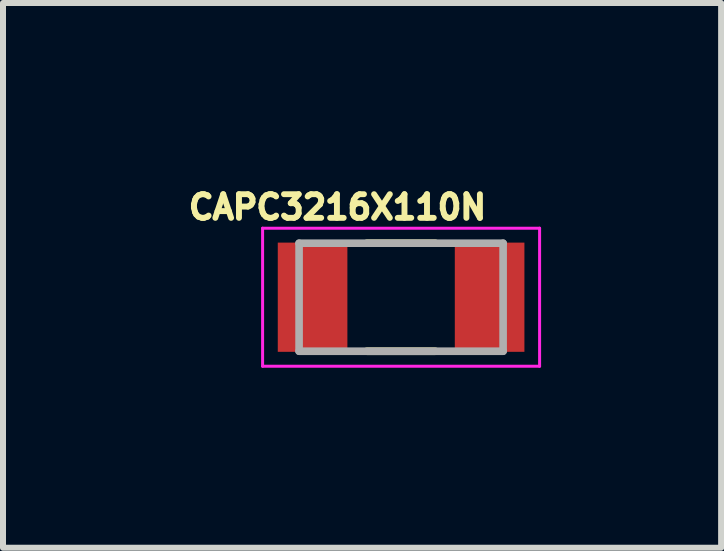
<source format=kicad_pcb>
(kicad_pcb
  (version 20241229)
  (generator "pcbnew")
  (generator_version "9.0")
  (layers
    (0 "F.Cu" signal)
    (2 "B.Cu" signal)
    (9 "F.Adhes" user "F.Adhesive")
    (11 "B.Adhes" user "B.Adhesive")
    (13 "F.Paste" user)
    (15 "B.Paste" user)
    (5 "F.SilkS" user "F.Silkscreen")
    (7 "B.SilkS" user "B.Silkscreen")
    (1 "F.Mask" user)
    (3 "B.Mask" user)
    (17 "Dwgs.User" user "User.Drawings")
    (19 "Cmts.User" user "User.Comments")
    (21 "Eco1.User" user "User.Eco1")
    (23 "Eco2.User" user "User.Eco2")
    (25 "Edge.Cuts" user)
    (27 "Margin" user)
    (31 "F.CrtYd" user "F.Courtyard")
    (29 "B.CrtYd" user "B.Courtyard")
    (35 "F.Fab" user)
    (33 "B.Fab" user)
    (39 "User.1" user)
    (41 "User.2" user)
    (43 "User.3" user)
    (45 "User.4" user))
  (footprint "CAPC3216X110N"
    (layer "F.Cu")
    (at 3.634 1.903)
    (property "Reference" "CAPC3216X110N" (at -1.06 -1.5 0) (layer "F.SilkS") (effects (font (size 0.394 0.394) (thickness 0.15))))
    (attr smd)
    (fp_line (start -0.57 -0.9) (end 0.57 -0.9) (stroke (width 0.127) (type solid)) (layer "F.SilkS"))
    (fp_line (start -0.57 0.9) (end 0.57 0.9) (stroke (width 0.127) (type solid)) (layer "F.SilkS"))
    (fp_line (start -2.308 -1.15) (end 2.308 -1.15) (stroke (width 0.05) (type solid)) (layer "F.CrtYd"))
    (fp_line (start -2.308 1.15) (end -2.308 -1.15) (stroke (width 0.05) (type solid)) (layer "F.CrtYd"))
    (fp_line (start -2.308 1.15) (end 2.308 1.15) (stroke (width 0.05) (type solid)) (layer "F.CrtYd"))
    (fp_line (start 2.308 1.15) (end 2.308 -1.15) (stroke (width 0.05) (type solid)) (layer "F.CrtYd"))
    (fp_line (start -1.7 0.9) (end -1.7 -0.9) (stroke (width 0.127) (type solid)) (layer "F.Fab"))
    (fp_line (start 1.7 -0.9) (end -1.7 -0.9) (stroke (width 0.127) (type solid)) (layer "F.Fab"))
    (fp_line (start 1.7 0.9) (end -1.7 0.9) (stroke (width 0.127) (type solid)) (layer "F.Fab"))
    (fp_line (start 1.7 0.9) (end 1.7 -0.9) (stroke (width 0.127) (type solid)) (layer "F.Fab"))
    (pad "1" smd rect (at -1.475 0) (size 1.16 1.82) (layers "F.Cu" "F.Mask" "F.Paste"))
    (pad "2" smd rect (at 1.475 0) (size 1.16 1.82) (layers "F.Cu" "F.Mask" "F.Paste")))
  (gr_rect
    (start -3 -3)
    (end 8.967 6.078)
    (stroke (width 0.1) (type default))
    (fill no)
    (layer "Edge.Cuts")))
</source>
